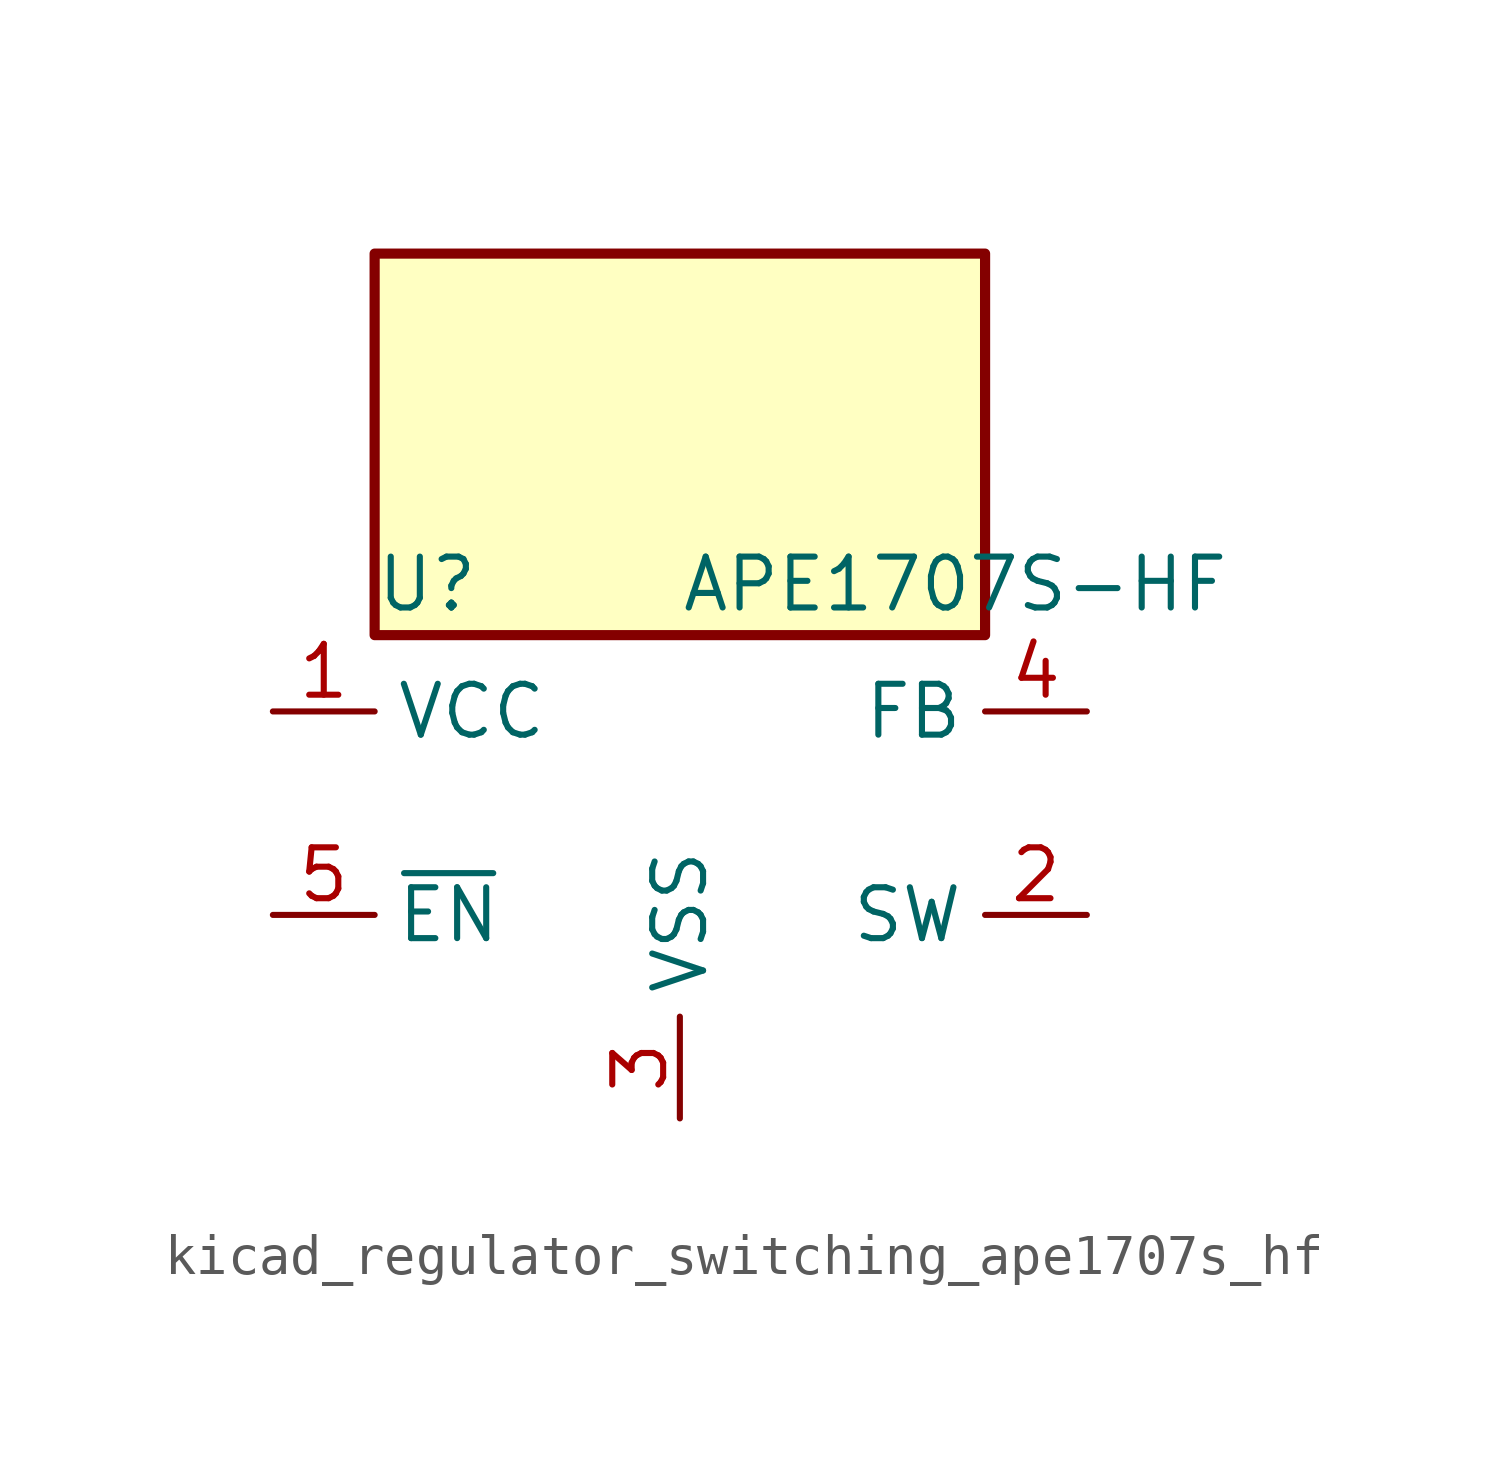
<source format=kicad_sym>
(kicad_symbol_lib
  (version 20220914)
  (generator kicad_symbol_editor)
  (symbol "kicad_regulator_switching_ape1707s_hf"
    (property "Reference" "U"
      (at -7.62 5.715 0)
      (effects (font (size 1.27 1.27)) (justify left)))
    (property "Value" "APE1707S-HF"
      (at 0 5.715 0)
      (effects (font (size 1.27 1.27)) (justify left)))
    (symbol "kicad_regulator_switching_ape1707s_hf_0_1"
      (rectangle (start 7.62 13.97) (end -7.62 4.445) (stroke (width 0.254) (type default)) (fill (type background))))
    (symbol "kicad_regulator_switching_ape1707s_hf_1_1"
      (pin power_in line (at -10.16 2.54 0) (length 2.54) (name "VCC" (effects (font (size 1.27 1.27)))) (number "1" (effects (font (size 1.27 1.27)))))
      (pin output line (at 10.16 -2.54 180) (length 2.54) (name "SW" (effects (font (size 1.27 1.27)))) (number "2" (effects (font (size 1.27 1.27)))))
      (pin power_in line (at 0 -7.62 90) (length 2.54) (name "VSS" (effects (font (size 1.27 1.27)))) (number "3" (effects (font (size 1.27 1.27)))))
      (pin input line (at 10.16 2.54 180) (length 2.54) (name "FB" (effects (font (size 1.27 1.27)))) (number "4" (effects (font (size 1.27 1.27)))))
      (pin input line (at -10.16 -2.54 0) (length 2.54) (name "~{EN}" (effects (font (size 1.27 1.27)))) (number "5" (effects (font (size 1.27 1.27))))))))
</source>
